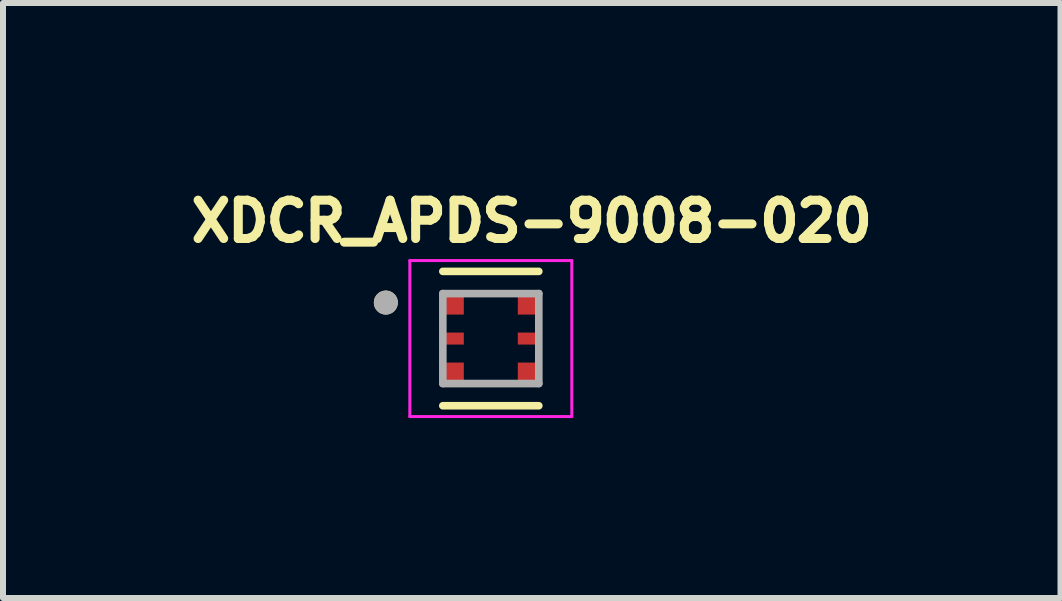
<source format=kicad_pcb>
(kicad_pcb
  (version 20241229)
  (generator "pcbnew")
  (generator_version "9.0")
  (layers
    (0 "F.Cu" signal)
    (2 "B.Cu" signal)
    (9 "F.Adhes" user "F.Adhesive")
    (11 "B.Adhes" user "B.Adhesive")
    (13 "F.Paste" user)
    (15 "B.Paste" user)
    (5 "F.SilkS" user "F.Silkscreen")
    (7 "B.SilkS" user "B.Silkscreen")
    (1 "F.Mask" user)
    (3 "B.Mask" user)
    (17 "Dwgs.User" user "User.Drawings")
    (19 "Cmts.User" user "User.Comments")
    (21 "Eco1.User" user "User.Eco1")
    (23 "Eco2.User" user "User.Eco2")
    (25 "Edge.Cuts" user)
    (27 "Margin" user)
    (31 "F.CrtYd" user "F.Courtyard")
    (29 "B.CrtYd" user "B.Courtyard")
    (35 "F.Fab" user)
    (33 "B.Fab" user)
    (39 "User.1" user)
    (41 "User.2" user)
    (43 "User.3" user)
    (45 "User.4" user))
  (footprint "XDCR_APDS-9008-020"
    (layer "F.Cu")
    (at 5.132 2.594)
    (property "Reference" "XDCR_APDS-9008-020" (at 0.682 -1.956 0) (layer "F.SilkS") (effects (font (size 0.64 0.64) (thickness 0.15))))
    (attr smd)
    (fp_poly (pts (xy -0.9 -0.85) (xy -0.4 -0.85) (xy -0.4 -0.35) (xy -0.9 -0.35)) (stroke (width 0.01) (type solid)) (fill yes) (layer "F.Mask"))
    (fp_poly (pts (xy -0.9 -0.15) (xy -0.4 -0.15) (xy -0.4 0.15) (xy -0.9 0.15)) (stroke (width 0.01) (type solid)) (fill yes) (layer "F.Mask"))
    (fp_poly (pts (xy -0.9 0.35) (xy -0.4 0.35) (xy -0.4 0.85) (xy -0.9 0.85)) (stroke (width 0.01) (type solid)) (fill yes) (layer "F.Mask"))
    (fp_poly (pts (xy 0.4 -0.85) (xy 0.9 -0.85) (xy 0.9 -0.35) (xy 0.4 -0.35)) (stroke (width 0.01) (type solid)) (fill yes) (layer "F.Mask"))
    (fp_poly (pts (xy 0.4 -0.15) (xy 0.9 -0.15) (xy 0.9 0.15) (xy 0.4 0.15)) (stroke (width 0.01) (type solid)) (fill yes) (layer "F.Mask"))
    (fp_poly (pts (xy 0.4 0.35) (xy 0.9 0.35) (xy 0.9 0.85) (xy 0.4 0.85)) (stroke (width 0.01) (type solid)) (fill yes) (layer "F.Mask"))
    (fp_line (start -0.8 -1.12) (end 0.8 -1.12) (stroke (width 0.127) (type solid)) (layer "F.SilkS"))
    (fp_line (start 0.8 1.12) (end -0.8 1.12) (stroke (width 0.127) (type solid)) (layer "F.SilkS"))
    (fp_circle (center -1.75 -0.6) (end -1.65 -0.6) (stroke (width 0.2) (type solid)) (fill no) (layer "F.SilkS"))
    (fp_line (start -1.35 -1.3) (end -1.35 1.3) (stroke (width 0.05) (type solid)) (layer "F.CrtYd"))
    (fp_line (start -1.35 1.3) (end 1.35 1.3) (stroke (width 0.05) (type solid)) (layer "F.CrtYd"))
    (fp_line (start 1.35 -1.3) (end -1.35 -1.3) (stroke (width 0.05) (type solid)) (layer "F.CrtYd"))
    (fp_line (start 1.35 1.3) (end 1.35 -1.3) (stroke (width 0.05) (type solid)) (layer "F.CrtYd"))
    (fp_line (start -0.8 -0.75) (end 0.8 -0.75) (stroke (width 0.127) (type solid)) (layer "F.Fab"))
    (fp_line (start -0.8 0.75) (end -0.8 -0.75) (stroke (width 0.127) (type solid)) (layer "F.Fab"))
    (fp_line (start 0.8 -0.75) (end 0.8 0.75) (stroke (width 0.127) (type solid)) (layer "F.Fab"))
    (fp_line (start 0.8 0.75) (end -0.8 0.75) (stroke (width 0.127) (type solid)) (layer "F.Fab"))
    (fp_circle (center -1.75 -0.6) (end -1.65 -0.6) (stroke (width 0.2) (type solid)) (fill no) (layer "F.Fab"))
    (pad "1" smd rect (at -0.65 -0.6) (size 0.4 0.4) (layers "F.Cu" "F.Paste"))
    (pad "2" smd rect (at -0.65 0) (size 0.4 0.2) (layers "F.Cu" "F.Paste"))
    (pad "3" smd rect (at -0.65 0.6) (size 0.4 0.4) (layers "F.Cu" "F.Paste"))
    (pad "4" smd rect (at 0.65 0.6) (size 0.4 0.4) (layers "F.Cu" "F.Paste"))
    (pad "5" smd rect (at 0.65 0) (size 0.4 0.2) (layers "F.Cu" "F.Paste"))
    (pad "6" smd rect (at 0.65 -0.6) (size 0.4 0.4) (layers "F.Cu" "F.Paste")))
  (gr_rect
    (start -3 -3)
    (end 14.629 6.919)
    (stroke (width 0.1) (type default))
    (fill no)
    (layer "Edge.Cuts")))
</source>
